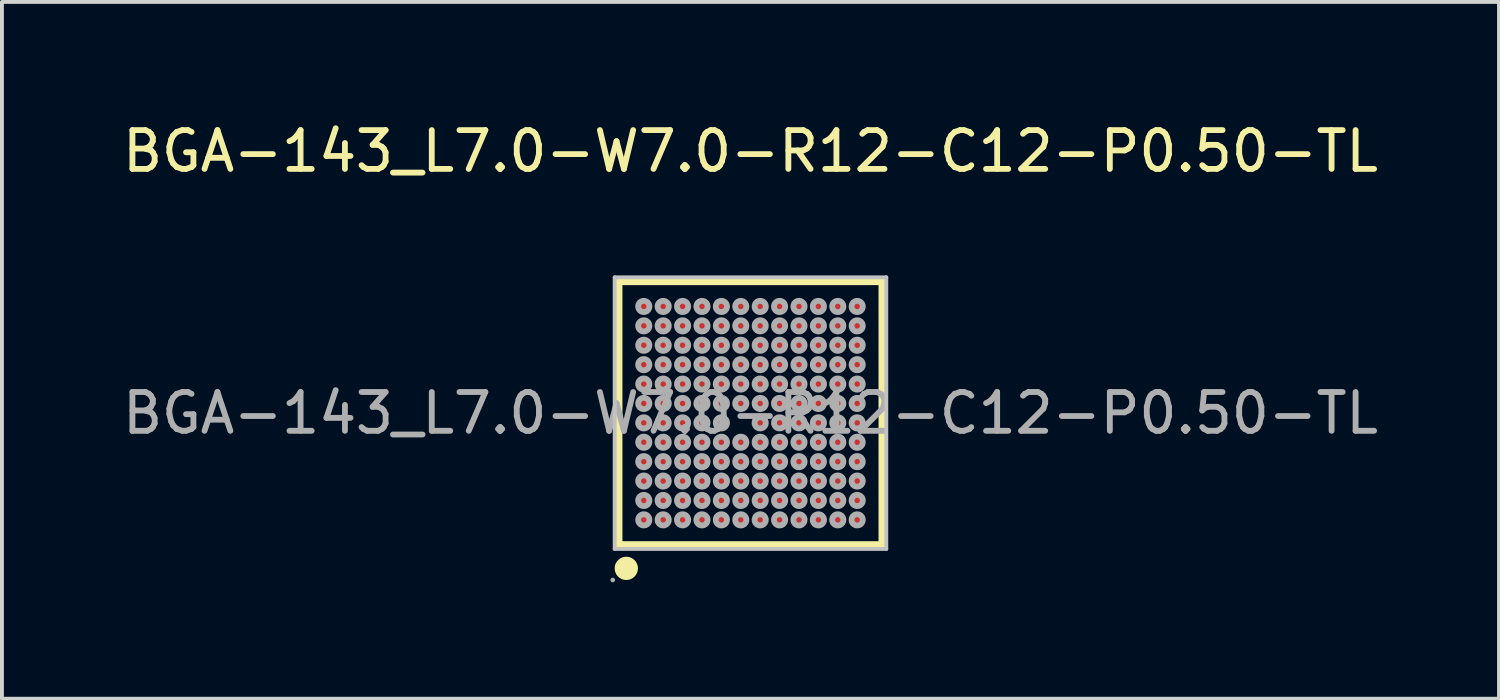
<source format=kicad_pcb>
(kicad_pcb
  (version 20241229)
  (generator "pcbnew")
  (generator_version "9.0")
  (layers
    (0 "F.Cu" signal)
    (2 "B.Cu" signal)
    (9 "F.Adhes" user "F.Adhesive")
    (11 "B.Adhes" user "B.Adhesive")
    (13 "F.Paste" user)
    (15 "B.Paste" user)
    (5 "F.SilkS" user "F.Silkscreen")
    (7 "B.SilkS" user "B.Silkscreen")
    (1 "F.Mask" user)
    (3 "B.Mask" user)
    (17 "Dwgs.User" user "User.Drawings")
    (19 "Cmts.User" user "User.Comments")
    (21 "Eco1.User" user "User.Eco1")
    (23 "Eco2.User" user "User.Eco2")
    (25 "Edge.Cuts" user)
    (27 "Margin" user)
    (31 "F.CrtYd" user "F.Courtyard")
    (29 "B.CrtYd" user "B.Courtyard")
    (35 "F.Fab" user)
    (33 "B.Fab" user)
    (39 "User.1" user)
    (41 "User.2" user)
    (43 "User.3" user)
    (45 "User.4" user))
  (footprint "BGA-143_L7.0-W7.0-R12-C12-P0.50-TL"
    (layer "F.Cu")
    (at 16.292 7.598)
    (property "Reference" "BGA-143_L7.0-W7.0-R12-C12-P0.50-TL" (at 0 -6.75 0) (layer "F.SilkS") (effects (font (size 1 1) (thickness 0.15))))
    (attr through_hole)
    (fp_line (start -3.4 -3.4) (end -3.4 3.4) (stroke (width 0.2) (type solid)) (layer "F.SilkS"))
    (fp_line (start -3.4 3.4) (end 3.4 3.4) (stroke (width 0.2) (type solid)) (layer "F.SilkS"))
    (fp_line (start 3.4 -3.4) (end -3.4 -3.4) (stroke (width 0.2) (type solid)) (layer "F.SilkS"))
    (fp_line (start 3.4 3.4) (end 3.4 -3.4) (stroke (width 0.2) (type solid)) (layer "F.SilkS"))
    (fp_arc (start -3.21 4.15) (mid -3.195005 3.84975) (end -3.199984 4.150333) (stroke (width 0.3) (type solid)) (layer "F.SilkS"))
    (fp_line (start -3.5 -3.5) (end 3.5 -3.5) (stroke (width 0.1) (type solid)) (layer "Dwgs.User"))
    (fp_line (start -3.5 3.5) (end -3.5 -3.5) (stroke (width 0.1) (type solid)) (layer "Dwgs.User"))
    (fp_line (start 3.5 -3.5) (end 3.5 3.5) (stroke (width 0.1) (type solid)) (layer "Dwgs.User"))
    (fp_line (start 3.5 3.5) (end -3.5 3.5) (stroke (width 0.1) (type solid)) (layer "Dwgs.User"))
    (fp_circle (center -3.55 4.3) (end -3.52 4.3) (stroke (width 0.06) (type solid)) (fill no) (layer "F.Fab"))
    (fp_circle (center -2.75 -2.75) (end -2.68 -2.75) (stroke (width 0.15) (type solid)) (fill no) (layer "F.Fab"))
    (fp_circle (center -2.75 -2.25) (end -2.68 -2.25) (stroke (width 0.15) (type solid)) (fill no) (layer "F.Fab"))
    (fp_circle (center -2.75 -1.75) (end -2.68 -1.75) (stroke (width 0.15) (type solid)) (fill no) (layer "F.Fab"))
    (fp_circle (center -2.75 -1.25) (end -2.68 -1.25) (stroke (width 0.15) (type solid)) (fill no) (layer "F.Fab"))
    (fp_circle (center -2.75 -0.75) (end -2.68 -0.75) (stroke (width 0.15) (type solid)) (fill no) (layer "F.Fab"))
    (fp_circle (center -2.75 -0.25) (end -2.68 -0.25) (stroke (width 0.15) (type solid)) (fill no) (layer "F.Fab"))
    (fp_circle (center -2.75 0.25) (end -2.68 0.25) (stroke (width 0.15) (type solid)) (fill no) (layer "F.Fab"))
    (fp_circle (center -2.75 0.75) (end -2.68 0.75) (stroke (width 0.15) (type solid)) (fill no) (layer "F.Fab"))
    (fp_circle (center -2.75 1.25) (end -2.68 1.25) (stroke (width 0.15) (type solid)) (fill no) (layer "F.Fab"))
    (fp_circle (center -2.75 1.75) (end -2.68 1.75) (stroke (width 0.15) (type solid)) (fill no) (layer "F.Fab"))
    (fp_circle (center -2.75 2.25) (end -2.68 2.25) (stroke (width 0.15) (type solid)) (fill no) (layer "F.Fab"))
    (fp_circle (center -2.75 2.75) (end -2.68 2.75) (stroke (width 0.15) (type solid)) (fill no) (layer "F.Fab"))
    (fp_circle (center -2.25 -2.75) (end -2.18 -2.75) (stroke (width 0.15) (type solid)) (fill no) (layer "F.Fab"))
    (fp_circle (center -2.25 -2.25) (end -2.18 -2.25) (stroke (width 0.15) (type solid)) (fill no) (layer "F.Fab"))
    (fp_circle (center -2.25 -1.75) (end -2.18 -1.75) (stroke (width 0.15) (type solid)) (fill no) (layer "F.Fab"))
    (fp_circle (center -2.25 -1.25) (end -2.18 -1.25) (stroke (width 0.15) (type solid)) (fill no) (layer "F.Fab"))
    (fp_circle (center -2.25 -0.75) (end -2.18 -0.75) (stroke (width 0.15) (type solid)) (fill no) (layer "F.Fab"))
    (fp_circle (center -2.25 -0.25) (end -2.18 -0.25) (stroke (width 0.15) (type solid)) (fill no) (layer "F.Fab"))
    (fp_circle (center -2.25 0.25) (end -2.18 0.25) (stroke (width 0.15) (type solid)) (fill no) (layer "F.Fab"))
    (fp_circle (center -2.25 0.75) (end -2.18 0.75) (stroke (width 0.15) (type solid)) (fill no) (layer "F.Fab"))
    (fp_circle (center -2.25 1.25) (end -2.18 1.25) (stroke (width 0.15) (type solid)) (fill no) (layer "F.Fab"))
    (fp_circle (center -2.25 1.75) (end -2.18 1.75) (stroke (width 0.15) (type solid)) (fill no) (layer "F.Fab"))
    (fp_circle (center -2.25 2.25) (end -2.18 2.25) (stroke (width 0.15) (type solid)) (fill no) (layer "F.Fab"))
    (fp_circle (center -2.25 2.75) (end -2.18 2.75) (stroke (width 0.15) (type solid)) (fill no) (layer "F.Fab"))
    (fp_circle (center -1.75 -2.75) (end -1.68 -2.75) (stroke (width 0.15) (type solid)) (fill no) (layer "F.Fab"))
    (fp_circle (center -1.75 -2.25) (end -1.68 -2.25) (stroke (width 0.15) (type solid)) (fill no) (layer "F.Fab"))
    (fp_circle (center -1.75 -1.75) (end -1.68 -1.75) (stroke (width 0.15) (type solid)) (fill no) (layer "F.Fab"))
    (fp_circle (center -1.75 -1.25) (end -1.68 -1.25) (stroke (width 0.15) (type solid)) (fill no) (layer "F.Fab"))
    (fp_circle (center -1.75 -0.75) (end -1.68 -0.75) (stroke (width 0.15) (type solid)) (fill no) (layer "F.Fab"))
    (fp_circle (center -1.75 -0.25) (end -1.68 -0.25) (stroke (width 0.15) (type solid)) (fill no) (layer "F.Fab"))
    (fp_circle (center -1.75 0.25) (end -1.68 0.25) (stroke (width 0.15) (type solid)) (fill no) (layer "F.Fab"))
    (fp_circle (center -1.75 0.75) (end -1.68 0.75) (stroke (width 0.15) (type solid)) (fill no) (layer "F.Fab"))
    (fp_circle (center -1.75 1.25) (end -1.68 1.25) (stroke (width 0.15) (type solid)) (fill no) (layer "F.Fab"))
    (fp_circle (center -1.75 1.75) (end -1.68 1.75) (stroke (width 0.15) (type solid)) (fill no) (layer "F.Fab"))
    (fp_circle (center -1.75 2.25) (end -1.68 2.25) (stroke (width 0.15) (type solid)) (fill no) (layer "F.Fab"))
    (fp_circle (center -1.75 2.75) (end -1.68 2.75) (stroke (width 0.15) (type solid)) (fill no) (layer "F.Fab"))
    (fp_circle (center -1.25 -2.75) (end -1.18 -2.75) (stroke (width 0.15) (type solid)) (fill no) (layer "F.Fab"))
    (fp_circle (center -1.25 -2.25) (end -1.18 -2.25) (stroke (width 0.15) (type solid)) (fill no) (layer "F.Fab"))
    (fp_circle (center -1.25 -1.75) (end -1.18 -1.75) (stroke (width 0.15) (type solid)) (fill no) (layer "F.Fab"))
    (fp_circle (center -1.25 -1.25) (end -1.18 -1.25) (stroke (width 0.15) (type solid)) (fill no) (layer "F.Fab"))
    (fp_circle (center -1.25 -0.75) (end -1.18 -0.75) (stroke (width 0.15) (type solid)) (fill no) (layer "F.Fab"))
    (fp_circle (center -1.25 -0.25) (end -1.18 -0.25) (stroke (width 0.15) (type solid)) (fill no) (layer "F.Fab"))
    (fp_circle (center -1.25 0.25) (end -1.18 0.25) (stroke (width 0.15) (type solid)) (fill no) (layer "F.Fab"))
    (fp_circle (center -1.25 0.75) (end -1.18 0.75) (stroke (width 0.15) (type solid)) (fill no) (layer "F.Fab"))
    (fp_circle (center -1.25 1.25) (end -1.18 1.25) (stroke (width 0.15) (type solid)) (fill no) (layer "F.Fab"))
    (fp_circle (center -1.25 1.75) (end -1.18 1.75) (stroke (width 0.15) (type solid)) (fill no) (layer "F.Fab"))
    (fp_circle (center -1.25 2.25) (end -1.18 2.25) (stroke (width 0.15) (type solid)) (fill no) (layer "F.Fab"))
    (fp_circle (center -1.25 2.75) (end -1.18 2.75) (stroke (width 0.15) (type solid)) (fill no) (layer "F.Fab"))
    (fp_circle (center -0.75 -2.75) (end -0.68 -2.75) (stroke (width 0.15) (type solid)) (fill no) (layer "F.Fab"))
    (fp_circle (center -0.75 -2.25) (end -0.68 -2.25) (stroke (width 0.15) (type solid)) (fill no) (layer "F.Fab"))
    (fp_circle (center -0.75 -1.75) (end -0.68 -1.75) (stroke (width 0.15) (type solid)) (fill no) (layer "F.Fab"))
    (fp_circle (center -0.75 -1.25) (end -0.68 -1.25) (stroke (width 0.15) (type solid)) (fill no) (layer "F.Fab"))
    (fp_circle (center -0.75 -0.75) (end -0.68 -0.75) (stroke (width 0.15) (type solid)) (fill no) (layer "F.Fab"))
    (fp_circle (center -0.75 -0.25) (end -0.68 -0.25) (stroke (width 0.15) (type solid)) (fill no) (layer "F.Fab"))
    (fp_circle (center -0.75 0.25) (end -0.68 0.25) (stroke (width 0.15) (type solid)) (fill no) (layer "F.Fab"))
    (fp_circle (center -0.75 0.75) (end -0.68 0.75) (stroke (width 0.15) (type solid)) (fill no) (layer "F.Fab"))
    (fp_circle (center -0.75 1.25) (end -0.68 1.25) (stroke (width 0.15) (type solid)) (fill no) (layer "F.Fab"))
    (fp_circle (center -0.75 1.75) (end -0.68 1.75) (stroke (width 0.15) (type solid)) (fill no) (layer "F.Fab"))
    (fp_circle (center -0.75 2.25) (end -0.68 2.25) (stroke (width 0.15) (type solid)) (fill no) (layer "F.Fab"))
    (fp_circle (center -0.75 2.75) (end -0.68 2.75) (stroke (width 0.15) (type solid)) (fill no) (layer "F.Fab"))
    (fp_circle (center -0.25 -2.75) (end -0.18 -2.75) (stroke (width 0.15) (type solid)) (fill no) (layer "F.Fab"))
    (fp_circle (center -0.25 -2.25) (end -0.18 -2.25) (stroke (width 0.15) (type solid)) (fill no) (layer "F.Fab"))
    (fp_circle (center -0.25 -1.75) (end -0.18 -1.75) (stroke (width 0.15) (type solid)) (fill no) (layer "F.Fab"))
    (fp_circle (center -0.25 -1.25) (end -0.18 -1.25) (stroke (width 0.15) (type solid)) (fill no) (layer "F.Fab"))
    (fp_circle (center -0.25 -0.75) (end -0.18 -0.75) (stroke (width 0.15) (type solid)) (fill no) (layer "F.Fab"))
    (fp_circle (center -0.25 -0.25) (end -0.18 -0.25) (stroke (width 0.15) (type solid)) (fill no) (layer "F.Fab"))
    (fp_circle (center -0.25 0.75) (end -0.18 0.75) (stroke (width 0.15) (type solid)) (fill no) (layer "F.Fab"))
    (fp_circle (center -0.25 1.25) (end -0.18 1.25) (stroke (width 0.15) (type solid)) (fill no) (layer "F.Fab"))
    (fp_circle (center -0.25 1.75) (end -0.18 1.75) (stroke (width 0.15) (type solid)) (fill no) (layer "F.Fab"))
    (fp_circle (center -0.25 2.25) (end -0.18 2.25) (stroke (width 0.15) (type solid)) (fill no) (layer "F.Fab"))
    (fp_circle (center -0.25 2.75) (end -0.18 2.75) (stroke (width 0.15) (type solid)) (fill no) (layer "F.Fab"))
    (fp_circle (center 0.25 -2.75) (end 0.32 -2.75) (stroke (width 0.15) (type solid)) (fill no) (layer "F.Fab"))
    (fp_circle (center 0.25 -2.25) (end 0.32 -2.25) (stroke (width 0.15) (type solid)) (fill no) (layer "F.Fab"))
    (fp_circle (center 0.25 -1.75) (end 0.32 -1.75) (stroke (width 0.15) (type solid)) (fill no) (layer "F.Fab"))
    (fp_circle (center 0.25 -1.25) (end 0.32 -1.25) (stroke (width 0.15) (type solid)) (fill no) (layer "F.Fab"))
    (fp_circle (center 0.25 -0.75) (end 0.32 -0.75) (stroke (width 0.15) (type solid)) (fill no) (layer "F.Fab"))
    (fp_circle (center 0.25 -0.25) (end 0.32 -0.25) (stroke (width 0.15) (type solid)) (fill no) (layer "F.Fab"))
    (fp_circle (center 0.25 0.25) (end 0.32 0.25) (stroke (width 0.15) (type solid)) (fill no) (layer "F.Fab"))
    (fp_circle (center 0.25 0.75) (end 0.32 0.75) (stroke (width 0.15) (type solid)) (fill no) (layer "F.Fab"))
    (fp_circle (center 0.25 1.25) (end 0.32 1.25) (stroke (width 0.15) (type solid)) (fill no) (layer "F.Fab"))
    (fp_circle (center 0.25 1.75) (end 0.32 1.75) (stroke (width 0.15) (type solid)) (fill no) (layer "F.Fab"))
    (fp_circle (center 0.25 2.25) (end 0.32 2.25) (stroke (width 0.15) (type solid)) (fill no) (layer "F.Fab"))
    (fp_circle (center 0.25 2.75) (end 0.32 2.75) (stroke (width 0.15) (type solid)) (fill no) (layer "F.Fab"))
    (fp_circle (center 0.75 -2.75) (end 0.82 -2.75) (stroke (width 0.15) (type solid)) (fill no) (layer "F.Fab"))
    (fp_circle (center 0.75 -2.25) (end 0.82 -2.25) (stroke (width 0.15) (type solid)) (fill no) (layer "F.Fab"))
    (fp_circle (center 0.75 -1.75) (end 0.82 -1.75) (stroke (width 0.15) (type solid)) (fill no) (layer "F.Fab"))
    (fp_circle (center 0.75 -1.25) (end 0.82 -1.25) (stroke (width 0.15) (type solid)) (fill no) (layer "F.Fab"))
    (fp_circle (center 0.75 -0.75) (end 0.82 -0.75) (stroke (width 0.15) (type solid)) (fill no) (layer "F.Fab"))
    (fp_circle (center 0.75 -0.25) (end 0.82 -0.25) (stroke (width 0.15) (type solid)) (fill no) (layer "F.Fab"))
    (fp_circle (center 0.75 0.25) (end 0.82 0.25) (stroke (width 0.15) (type solid)) (fill no) (layer "F.Fab"))
    (fp_circle (center 0.75 0.75) (end 0.82 0.75) (stroke (width 0.15) (type solid)) (fill no) (layer "F.Fab"))
    (fp_circle (center 0.75 1.25) (end 0.82 1.25) (stroke (width 0.15) (type solid)) (fill no) (layer "F.Fab"))
    (fp_circle (center 0.75 1.75) (end 0.82 1.75) (stroke (width 0.15) (type solid)) (fill no) (layer "F.Fab"))
    (fp_circle (center 0.75 2.25) (end 0.82 2.25) (stroke (width 0.15) (type solid)) (fill no) (layer "F.Fab"))
    (fp_circle (center 0.75 2.75) (end 0.82 2.75) (stroke (width 0.15) (type solid)) (fill no) (layer "F.Fab"))
    (fp_circle (center 1.25 -2.75) (end 1.32 -2.75) (stroke (width 0.15) (type solid)) (fill no) (layer "F.Fab"))
    (fp_circle (center 1.25 -2.25) (end 1.32 -2.25) (stroke (width 0.15) (type solid)) (fill no) (layer "F.Fab"))
    (fp_circle (center 1.25 -1.75) (end 1.32 -1.75) (stroke (width 0.15) (type solid)) (fill no) (layer "F.Fab"))
    (fp_circle (center 1.25 -1.25) (end 1.32 -1.25) (stroke (width 0.15) (type solid)) (fill no) (layer "F.Fab"))
    (fp_circle (center 1.25 -0.75) (end 1.32 -0.75) (stroke (width 0.15) (type solid)) (fill no) (layer "F.Fab"))
    (fp_circle (center 1.25 -0.25) (end 1.32 -0.25) (stroke (width 0.15) (type solid)) (fill no) (layer "F.Fab"))
    (fp_circle (center 1.25 0.25) (end 1.32 0.25) (stroke (width 0.15) (type solid)) (fill no) (layer "F.Fab"))
    (fp_circle (center 1.25 0.75) (end 1.32 0.75) (stroke (width 0.15) (type solid)) (fill no) (layer "F.Fab"))
    (fp_circle (center 1.25 1.25) (end 1.32 1.25) (stroke (width 0.15) (type solid)) (fill no) (layer "F.Fab"))
    (fp_circle (center 1.25 1.75) (end 1.32 1.75) (stroke (width 0.15) (type solid)) (fill no) (layer "F.Fab"))
    (fp_circle (center 1.25 2.25) (end 1.32 2.25) (stroke (width 0.15) (type solid)) (fill no) (layer "F.Fab"))
    (fp_circle (center 1.25 2.75) (end 1.32 2.75) (stroke (width 0.15) (type solid)) (fill no) (layer "F.Fab"))
    (fp_circle (center 1.75 -2.75) (end 1.82 -2.75) (stroke (width 0.15) (type solid)) (fill no) (layer "F.Fab"))
    (fp_circle (center 1.75 -2.25) (end 1.82 -2.25) (stroke (width 0.15) (type solid)) (fill no) (layer "F.Fab"))
    (fp_circle (center 1.75 -1.75) (end 1.82 -1.75) (stroke (width 0.15) (type solid)) (fill no) (layer "F.Fab"))
    (fp_circle (center 1.75 -1.25) (end 1.82 -1.25) (stroke (width 0.15) (type solid)) (fill no) (layer "F.Fab"))
    (fp_circle (center 1.75 -0.75) (end 1.82 -0.75) (stroke (width 0.15) (type solid)) (fill no) (layer "F.Fab"))
    (fp_circle (center 1.75 -0.25) (end 1.82 -0.25) (stroke (width 0.15) (type solid)) (fill no) (layer "F.Fab"))
    (fp_circle (center 1.75 0.25) (end 1.82 0.25) (stroke (width 0.15) (type solid)) (fill no) (layer "F.Fab"))
    (fp_circle (center 1.75 0.75) (end 1.82 0.75) (stroke (width 0.15) (type solid)) (fill no) (layer "F.Fab"))
    (fp_circle (center 1.75 1.25) (end 1.82 1.25) (stroke (width 0.15) (type solid)) (fill no) (layer "F.Fab"))
    (fp_circle (center 1.75 1.75) (end 1.82 1.75) (stroke (width 0.15) (type solid)) (fill no) (layer "F.Fab"))
    (fp_circle (center 1.75 2.25) (end 1.82 2.25) (stroke (width 0.15) (type solid)) (fill no) (layer "F.Fab"))
    (fp_circle (center 1.75 2.75) (end 1.82 2.75) (stroke (width 0.15) (type solid)) (fill no) (layer "F.Fab"))
    (fp_circle (center 2.25 -2.75) (end 2.32 -2.75) (stroke (width 0.15) (type solid)) (fill no) (layer "F.Fab"))
    (fp_circle (center 2.25 -2.25) (end 2.32 -2.25) (stroke (width 0.15) (type solid)) (fill no) (layer "F.Fab"))
    (fp_circle (center 2.25 -1.75) (end 2.32 -1.75) (stroke (width 0.15) (type solid)) (fill no) (layer "F.Fab"))
    (fp_circle (center 2.25 -1.25) (end 2.32 -1.25) (stroke (width 0.15) (type solid)) (fill no) (layer "F.Fab"))
    (fp_circle (center 2.25 -0.75) (end 2.32 -0.75) (stroke (width 0.15) (type solid)) (fill no) (layer "F.Fab"))
    (fp_circle (center 2.25 -0.25) (end 2.32 -0.25) (stroke (width 0.15) (type solid)) (fill no) (layer "F.Fab"))
    (fp_circle (center 2.25 0.25) (end 2.32 0.25) (stroke (width 0.15) (type solid)) (fill no) (layer "F.Fab"))
    (fp_circle (center 2.25 0.75) (end 2.32 0.75) (stroke (width 0.15) (type solid)) (fill no) (layer "F.Fab"))
    (fp_circle (center 2.25 1.25) (end 2.32 1.25) (stroke (width 0.15) (type solid)) (fill no) (layer "F.Fab"))
    (fp_circle (center 2.25 1.75) (end 2.32 1.75) (stroke (width 0.15) (type solid)) (fill no) (layer "F.Fab"))
    (fp_circle (center 2.25 2.25) (end 2.32 2.25) (stroke (width 0.15) (type solid)) (fill no) (layer "F.Fab"))
    (fp_circle (center 2.25 2.75) (end 2.32 2.75) (stroke (width 0.15) (type solid)) (fill no) (layer "F.Fab"))
    (fp_circle (center 2.75 -2.75) (end 2.82 -2.75) (stroke (width 0.15) (type solid)) (fill no) (layer "F.Fab"))
    (fp_circle (center 2.75 -2.25) (end 2.82 -2.25) (stroke (width 0.15) (type solid)) (fill no) (layer "F.Fab"))
    (fp_circle (center 2.75 -1.75) (end 2.82 -1.75) (stroke (width 0.15) (type solid)) (fill no) (layer "F.Fab"))
    (fp_circle (center 2.75 -1.25) (end 2.82 -1.25) (stroke (width 0.15) (type solid)) (fill no) (layer "F.Fab"))
    (fp_circle (center 2.75 -0.75) (end 2.82 -0.75) (stroke (width 0.15) (type solid)) (fill no) (layer "F.Fab"))
    (fp_circle (center 2.75 -0.25) (end 2.82 -0.25) (stroke (width 0.15) (type solid)) (fill no) (layer "F.Fab"))
    (fp_circle (center 2.75 0.25) (end 2.82 0.25) (stroke (width 0.15) (type solid)) (fill no) (layer "F.Fab"))
    (fp_circle (center 2.75 0.75) (end 2.82 0.75) (stroke (width 0.15) (type solid)) (fill no) (layer "F.Fab"))
    (fp_circle (center 2.75 1.25) (end 2.82 1.25) (stroke (width 0.15) (type solid)) (fill no) (layer "F.Fab"))
    (fp_circle (center 2.75 1.75) (end 2.82 1.75) (stroke (width 0.15) (type solid)) (fill no) (layer "F.Fab"))
    (fp_circle (center 2.75 2.25) (end 2.82 2.25) (stroke (width 0.15) (type solid)) (fill no) (layer "F.Fab"))
    (fp_circle (center 2.75 2.75) (end 2.82 2.75) (stroke (width 0.15) (type solid)) (fill no) (layer "F.Fab"))
    (fp_text user "${REFERENCE}" (at 0 0 0) (layer "F.Fab") (effects (font (size 1 1) (thickness 0.15))))
    (pad "A1" smd circle (at -2.75 2.75 90) (size 0.3 0.3) (layers "F.Cu" "F.Mask" "F.Paste"))
    (pad "A2" smd circle (at -2.75 2.25 90) (size 0.3 0.3) (layers "F.Cu" "F.Mask" "F.Paste"))
    (pad "A3" smd circle (at -2.75 1.75 90) (size 0.3 0.3) (layers "F.Cu" "F.Mask" "F.Paste"))
    (pad "A4" smd circle (at -2.75 1.25 90) (size 0.3 0.3) (layers "F.Cu" "F.Mask" "F.Paste"))
    (pad "A5" smd circle (at -2.75 0.75 90) (size 0.3 0.3) (layers "F.Cu" "F.Mask" "F.Paste"))
    (pad "A6" smd circle (at -2.75 0.25 90) (size 0.3 0.3) (layers "F.Cu" "F.Mask" "F.Paste"))
    (pad "A7" smd circle (at -2.75 -0.25 90) (size 0.3 0.3) (layers "F.Cu" "F.Mask" "F.Paste"))
    (pad "A8" smd circle (at -2.75 -0.75 90) (size 0.3 0.3) (layers "F.Cu" "F.Mask" "F.Paste"))
    (pad "A9" smd circle (at -2.75 -1.25 90) (size 0.3 0.3) (layers "F.Cu" "F.Mask" "F.Paste"))
    (pad "A10" smd circle (at -2.75 -1.75 90) (size 0.3 0.3) (layers "F.Cu" "F.Mask" "F.Paste"))
    (pad "A11" smd circle (at -2.75 -2.25 90) (size 0.3 0.3) (layers "F.Cu" "F.Mask" "F.Paste"))
    (pad "A12" smd circle (at -2.75 -2.75 90) (size 0.3 0.3) (layers "F.Cu" "F.Mask" "F.Paste"))
    (pad "B1" smd circle (at -2.25 2.75 90) (size 0.3 0.3) (layers "F.Cu" "F.Mask" "F.Paste"))
    (pad "B2" smd circle (at -2.25 2.25 90) (size 0.3 0.3) (layers "F.Cu" "F.Mask" "F.Paste"))
    (pad "B3" smd circle (at -2.25 1.75 90) (size 0.3 0.3) (layers "F.Cu" "F.Mask" "F.Paste"))
    (pad "B4" smd circle (at -2.25 1.25 90) (size 0.3 0.3) (layers "F.Cu" "F.Mask" "F.Paste"))
    (pad "B5" smd circle (at -2.25 0.75 90) (size 0.3 0.3) (layers "F.Cu" "F.Mask" "F.Paste"))
    (pad "B6" smd circle (at -2.25 0.25 90) (size 0.3 0.3) (layers "F.Cu" "F.Mask" "F.Paste"))
    (pad "B7" smd circle (at -2.25 -0.25 90) (size 0.3 0.3) (layers "F.Cu" "F.Mask" "F.Paste"))
    (pad "B8" smd circle (at -2.25 -0.75 90) (size 0.3 0.3) (layers "F.Cu" "F.Mask" "F.Paste"))
    (pad "B9" smd circle (at -2.25 -1.25 90) (size 0.3 0.3) (layers "F.Cu" "F.Mask" "F.Paste"))
    (pad "B10" smd circle (at -2.25 -1.75 90) (size 0.3 0.3) (layers "F.Cu" "F.Mask" "F.Paste"))
    (pad "B11" smd circle (at -2.25 -2.25 90) (size 0.3 0.3) (layers "F.Cu" "F.Mask" "F.Paste"))
    (pad "B12" smd circle (at -2.25 -2.75 90) (size 0.3 0.3) (layers "F.Cu" "F.Mask" "F.Paste"))
    (pad "C1" smd circle (at -1.75 2.75 90) (size 0.3 0.3) (layers "F.Cu" "F.Mask" "F.Paste"))
    (pad "C2" smd circle (at -1.75 2.25 90) (size 0.3 0.3) (layers "F.Cu" "F.Mask" "F.Paste"))
    (pad "C3" smd circle (at -1.75 1.75 90) (size 0.3 0.3) (layers "F.Cu" "F.Mask" "F.Paste"))
    (pad "C4" smd circle (at -1.75 1.25 90) (size 0.3 0.3) (layers "F.Cu" "F.Mask" "F.Paste"))
    (pad "C5" smd circle (at -1.75 0.75 90) (size 0.3 0.3) (layers "F.Cu" "F.Mask" "F.Paste"))
    (pad "C6" smd circle (at -1.75 0.25 90) (size 0.3 0.3) (layers "F.Cu" "F.Mask" "F.Paste"))
    (pad "C7" smd circle (at -1.75 -0.25 90) (size 0.3 0.3) (layers "F.Cu" "F.Mask" "F.Paste"))
    (pad "C8" smd circle (at -1.75 -0.75 90) (size 0.3 0.3) (layers "F.Cu" "F.Mask" "F.Paste"))
    (pad "C9" smd circle (at -1.75 -1.25 90) (size 0.3 0.3) (layers "F.Cu" "F.Mask" "F.Paste"))
    (pad "C10" smd circle (at -1.75 -1.75 90) (size 0.3 0.3) (layers "F.Cu" "F.Mask" "F.Paste"))
    (pad "C11" smd circle (at -1.75 -2.25 90) (size 0.3 0.3) (layers "F.Cu" "F.Mask" "F.Paste"))
    (pad "C12" smd circle (at -1.75 -2.75 90) (size 0.3 0.3) (layers "F.Cu" "F.Mask" "F.Paste"))
    (pad "D1" smd circle (at -1.25 2.75 90) (size 0.3 0.3) (layers "F.Cu" "F.Mask" "F.Paste"))
    (pad "D2" smd circle (at -1.25 2.25 90) (size 0.3 0.3) (layers "F.Cu" "F.Mask" "F.Paste"))
    (pad "D3" smd circle (at -1.25 1.75 90) (size 0.3 0.3) (layers "F.Cu" "F.Mask" "F.Paste"))
    (pad "D4" smd circle (at -1.25 1.25 90) (size 0.3 0.3) (layers "F.Cu" "F.Mask" "F.Paste"))
    (pad "D5" smd circle (at -1.25 0.75 90) (size 0.3 0.3) (layers "F.Cu" "F.Mask" "F.Paste"))
    (pad "D6" smd circle (at -1.25 0.25 90) (size 0.3 0.3) (layers "F.Cu" "F.Mask" "F.Paste"))
    (pad "D7" smd circle (at -1.25 -0.25 90) (size 0.3 0.3) (layers "F.Cu" "F.Mask" "F.Paste"))
    (pad "D8" smd circle (at -1.25 -0.75 90) (size 0.3 0.3) (layers "F.Cu" "F.Mask" "F.Paste"))
    (pad "D9" smd circle (at -1.25 -1.25 90) (size 0.3 0.3) (layers "F.Cu" "F.Mask" "F.Paste"))
    (pad "D10" smd circle (at -1.25 -1.75 90) (size 0.3 0.3) (layers "F.Cu" "F.Mask" "F.Paste"))
    (pad "D11" smd circle (at -1.25 -2.25 90) (size 0.3 0.3) (layers "F.Cu" "F.Mask" "F.Paste"))
    (pad "D12" smd circle (at -1.25 -2.75 90) (size 0.3 0.3) (layers "F.Cu" "F.Mask" "F.Paste"))
    (pad "E1" smd circle (at -0.75 2.75 90) (size 0.3 0.3) (layers "F.Cu" "F.Mask" "F.Paste"))
    (pad "E2" smd circle (at -0.75 2.25 90) (size 0.3 0.3) (layers "F.Cu" "F.Mask" "F.Paste"))
    (pad "E3" smd circle (at -0.75 1.75 90) (size 0.3 0.3) (layers "F.Cu" "F.Mask" "F.Paste"))
    (pad "E4" smd circle (at -0.75 1.25 90) (size 0.3 0.3) (layers "F.Cu" "F.Mask" "F.Paste"))
    (pad "E5" smd circle (at -0.75 0.75 90) (size 0.3 0.3) (layers "F.Cu" "F.Mask" "F.Paste"))
    (pad "E6" smd circle (at -0.75 0.25 90) (size 0.3 0.3) (layers "F.Cu" "F.Mask" "F.Paste"))
    (pad "E7" smd circle (at -0.75 -0.25 90) (size 0.3 0.3) (layers "F.Cu" "F.Mask" "F.Paste"))
    (pad "E8" smd circle (at -0.75 -0.75 90) (size 0.3 0.3) (layers "F.Cu" "F.Mask" "F.Paste"))
    (pad "E9" smd circle (at -0.75 -1.25 90) (size 0.3 0.3) (layers "F.Cu" "F.Mask" "F.Paste"))
    (pad "E10" smd circle (at -0.75 -1.75 90) (size 0.3 0.3) (layers "F.Cu" "F.Mask" "F.Paste"))
    (pad "E11" smd circle (at -0.75 -2.25 90) (size 0.3 0.3) (layers "F.Cu" "F.Mask" "F.Paste"))
    (pad "E12" smd circle (at -0.75 -2.75 90) (size 0.3 0.3) (layers "F.Cu" "F.Mask" "F.Paste"))
    (pad "F1" smd circle (at -0.25 2.75 90) (size 0.3 0.3) (layers "F.Cu" "F.Mask" "F.Paste"))
    (pad "F2" smd circle (at -0.25 2.25 90) (size 0.3 0.3) (layers "F.Cu" "F.Mask" "F.Paste"))
    (pad "F3" smd circle (at -0.25 1.75 90) (size 0.3 0.3) (layers "F.Cu" "F.Mask" "F.Paste"))
    (pad "F4" smd circle (at -0.25 1.25 90) (size 0.3 0.3) (layers "F.Cu" "F.Mask" "F.Paste"))
    (pad "F5" smd circle (at -0.25 0.75 90) (size 0.3 0.3) (layers "F.Cu" "F.Mask" "F.Paste"))
    (pad "F7" smd circle (at -0.25 -0.25 90) (size 0.3 0.3) (layers "F.Cu" "F.Mask" "F.Paste"))
    (pad "F8" smd circle (at -0.25 -0.75 90) (size 0.3 0.3) (layers "F.Cu" "F.Mask" "F.Paste"))
    (pad "F9" smd circle (at -0.25 -1.25 90) (size 0.3 0.3) (layers "F.Cu" "F.Mask" "F.Paste"))
    (pad "F10" smd circle (at -0.25 -1.75 90) (size 0.3 0.3) (layers "F.Cu" "F.Mask" "F.Paste"))
    (pad "F11" smd circle (at -0.25 -2.25 90) (size 0.3 0.3) (layers "F.Cu" "F.Mask" "F.Paste"))
    (pad "F12" smd circle (at -0.25 -2.75 90) (size 0.3 0.3) (layers "F.Cu" "F.Mask" "F.Paste"))
    (pad "G1" smd circle (at 0.25 2.75 90) (size 0.3 0.3) (layers "F.Cu" "F.Mask" "F.Paste"))
    (pad "G2" smd circle (at 0.25 2.25 90) (size 0.3 0.3) (layers "F.Cu" "F.Mask" "F.Paste"))
    (pad "G3" smd circle (at 0.25 1.75 90) (size 0.3 0.3) (layers "F.Cu" "F.Mask" "F.Paste"))
    (pad "G4" smd circle (at 0.25 1.25 90) (size 0.3 0.3) (layers "F.Cu" "F.Mask" "F.Paste"))
    (pad "G5" smd circle (at 0.25 0.75 90) (size 0.3 0.3) (layers "F.Cu" "F.Mask" "F.Paste"))
    (pad "G6" smd circle (at 0.25 0.25 90) (size 0.3 0.3) (layers "F.Cu" "F.Mask" "F.Paste"))
    (pad "G7" smd circle (at 0.25 -0.25 90) (size 0.3 0.3) (layers "F.Cu" "F.Mask" "F.Paste"))
    (pad "G8" smd circle (at 0.25 -0.75 90) (size 0.3 0.3) (layers "F.Cu" "F.Mask" "F.Paste"))
    (pad "G9" smd circle (at 0.25 -1.25 90) (size 0.3 0.3) (layers "F.Cu" "F.Mask" "F.Paste"))
    (pad "G10" smd circle (at 0.25 -1.75 90) (size 0.3 0.3) (layers "F.Cu" "F.Mask" "F.Paste"))
    (pad "G11" smd circle (at 0.25 -2.25 90) (size 0.3 0.3) (layers "F.Cu" "F.Mask" "F.Paste"))
    (pad "G12" smd circle (at 0.25 -2.75 90) (size 0.3 0.3) (layers "F.Cu" "F.Mask" "F.Paste"))
    (pad "H1" smd circle (at 0.75 2.75 90) (size 0.3 0.3) (layers "F.Cu" "F.Mask" "F.Paste"))
    (pad "H2" smd circle (at 0.75 2.25 90) (size 0.3 0.3) (layers "F.Cu" "F.Mask" "F.Paste"))
    (pad "H3" smd circle (at 0.75 1.75 90) (size 0.3 0.3) (layers "F.Cu" "F.Mask" "F.Paste"))
    (pad "H4" smd circle (at 0.75 1.25 90) (size 0.3 0.3) (layers "F.Cu" "F.Mask" "F.Paste"))
    (pad "H5" smd circle (at 0.75 0.75 90) (size 0.3 0.3) (layers "F.Cu" "F.Mask" "F.Paste"))
    (pad "H6" smd circle (at 0.75 0.25 90) (size 0.3 0.3) (layers "F.Cu" "F.Mask" "F.Paste"))
    (pad "H7" smd circle (at 0.75 -0.25 90) (size 0.3 0.3) (layers "F.Cu" "F.Mask" "F.Paste"))
    (pad "H8" smd circle (at 0.75 -0.75 90) (size 0.3 0.3) (layers "F.Cu" "F.Mask" "F.Paste"))
    (pad "H9" smd circle (at 0.75 -1.25 90) (size 0.3 0.3) (layers "F.Cu" "F.Mask" "F.Paste"))
    (pad "H10" smd circle (at 0.75 -1.75 90) (size 0.3 0.3) (layers "F.Cu" "F.Mask" "F.Paste"))
    (pad "H11" smd circle (at 0.75 -2.25 90) (size 0.3 0.3) (layers "F.Cu" "F.Mask" "F.Paste"))
    (pad "H12" smd circle (at 0.75 -2.75 90) (size 0.3 0.3) (layers "F.Cu" "F.Mask" "F.Paste"))
    (pad "J1" smd circle (at 1.25 2.75 90) (size 0.3 0.3) (layers "F.Cu" "F.Mask" "F.Paste"))
    (pad "J2" smd circle (at 1.25 2.25 90) (size 0.3 0.3) (layers "F.Cu" "F.Mask" "F.Paste"))
    (pad "J3" smd circle (at 1.25 1.75 90) (size 0.3 0.3) (layers "F.Cu" "F.Mask" "F.Paste"))
    (pad "J4" smd circle (at 1.25 1.25 90) (size 0.3 0.3) (layers "F.Cu" "F.Mask" "F.Paste"))
    (pad "J5" smd circle (at 1.25 0.75 90) (size 0.3 0.3) (layers "F.Cu" "F.Mask" "F.Paste"))
    (pad "J6" smd circle (at 1.25 0.25 90) (size 0.3 0.3) (layers "F.Cu" "F.Mask" "F.Paste"))
    (pad "J7" smd circle (at 1.25 -0.25 90) (size 0.3 0.3) (layers "F.Cu" "F.Mask" "F.Paste"))
    (pad "J8" smd circle (at 1.25 -0.75 90) (size 0.3 0.3) (layers "F.Cu" "F.Mask" "F.Paste"))
    (pad "J9" smd circle (at 1.25 -1.25 90) (size 0.3 0.3) (layers "F.Cu" "F.Mask" "F.Paste"))
    (pad "J10" smd circle (at 1.25 -1.75 90) (size 0.3 0.3) (layers "F.Cu" "F.Mask" "F.Paste"))
    (pad "J11" smd circle (at 1.25 -2.25 90) (size 0.3 0.3) (layers "F.Cu" "F.Mask" "F.Paste"))
    (pad "J12" smd circle (at 1.25 -2.75 90) (size 0.3 0.3) (layers "F.Cu" "F.Mask" "F.Paste"))
    (pad "K1" smd circle (at 1.75 2.75 90) (size 0.3 0.3) (layers "F.Cu" "F.Mask" "F.Paste"))
    (pad "K2" smd circle (at 1.75 2.25 90) (size 0.3 0.3) (layers "F.Cu" "F.Mask" "F.Paste"))
    (pad "K3" smd circle (at 1.75 1.75 90) (size 0.3 0.3) (layers "F.Cu" "F.Mask" "F.Paste"))
    (pad "K4" smd circle (at 1.75 1.25 90) (size 0.3 0.3) (layers "F.Cu" "F.Mask" "F.Paste"))
    (pad "K5" smd circle (at 1.75 0.75 90) (size 0.3 0.3) (layers "F.Cu" "F.Mask" "F.Paste"))
    (pad "K6" smd circle (at 1.75 0.25 90) (size 0.3 0.3) (layers "F.Cu" "F.Mask" "F.Paste"))
    (pad "K7" smd circle (at 1.75 -0.25 90) (size 0.3 0.3) (layers "F.Cu" "F.Mask" "F.Paste"))
    (pad "K8" smd circle (at 1.75 -0.75 90) (size 0.3 0.3) (layers "F.Cu" "F.Mask" "F.Paste"))
    (pad "K9" smd circle (at 1.75 -1.25 90) (size 0.3 0.3) (layers "F.Cu" "F.Mask" "F.Paste"))
    (pad "K10" smd circle (at 1.75 -1.75 90) (size 0.3 0.3) (layers "F.Cu" "F.Mask" "F.Paste"))
    (pad "K11" smd circle (at 1.75 -2.25 90) (size 0.3 0.3) (layers "F.Cu" "F.Mask" "F.Paste"))
    (pad "K12" smd circle (at 1.75 -2.75 90) (size 0.3 0.3) (layers "F.Cu" "F.Mask" "F.Paste"))
    (pad "L1" smd circle (at 2.25 2.75 90) (size 0.3 0.3) (layers "F.Cu" "F.Mask" "F.Paste"))
    (pad "L2" smd circle (at 2.25 2.25 90) (size 0.3 0.3) (layers "F.Cu" "F.Mask" "F.Paste"))
    (pad "L3" smd circle (at 2.25 1.75 90) (size 0.3 0.3) (layers "F.Cu" "F.Mask" "F.Paste"))
    (pad "L4" smd circle (at 2.25 1.25 90) (size 0.3 0.3) (layers "F.Cu" "F.Mask" "F.Paste"))
    (pad "L5" smd circle (at 2.25 0.75 90) (size 0.3 0.3) (layers "F.Cu" "F.Mask" "F.Paste"))
    (pad "L6" smd circle (at 2.25 0.25 90) (size 0.3 0.3) (layers "F.Cu" "F.Mask" "F.Paste"))
    (pad "L7" smd circle (at 2.25 -0.25 90) (size 0.3 0.3) (layers "F.Cu" "F.Mask" "F.Paste"))
    (pad "L8" smd circle (at 2.25 -0.75 90) (size 0.3 0.3) (layers "F.Cu" "F.Mask" "F.Paste"))
    (pad "L9" smd circle (at 2.25 -1.25 90) (size 0.3 0.3) (layers "F.Cu" "F.Mask" "F.Paste"))
    (pad "L10" smd circle (at 2.25 -1.75 90) (size 0.3 0.3) (layers "F.Cu" "F.Mask" "F.Paste"))
    (pad "L11" smd circle (at 2.25 -2.25 90) (size 0.3 0.3) (layers "F.Cu" "F.Mask" "F.Paste"))
    (pad "L12" smd circle (at 2.25 -2.75 90) (size 0.3 0.3) (layers "F.Cu" "F.Mask" "F.Paste"))
    (pad "M1" smd circle (at 2.75 2.75 90) (size 0.3 0.3) (layers "F.Cu" "F.Mask" "F.Paste"))
    (pad "M2" smd circle (at 2.75 2.25 90) (size 0.3 0.3) (layers "F.Cu" "F.Mask" "F.Paste"))
    (pad "M3" smd circle (at 2.75 1.75 90) (size 0.3 0.3) (layers "F.Cu" "F.Mask" "F.Paste"))
    (pad "M4" smd circle (at 2.75 1.25 90) (size 0.3 0.3) (layers "F.Cu" "F.Mask" "F.Paste"))
    (pad "M5" smd circle (at 2.75 0.75 90) (size 0.3 0.3) (layers "F.Cu" "F.Mask" "F.Paste"))
    (pad "M6" smd circle (at 2.75 0.25 90) (size 0.3 0.3) (layers "F.Cu" "F.Mask" "F.Paste"))
    (pad "M7" smd circle (at 2.75 -0.25 90) (size 0.3 0.3) (layers "F.Cu" "F.Mask" "F.Paste"))
    (pad "M8" smd circle (at 2.75 -0.75 90) (size 0.3 0.3) (layers "F.Cu" "F.Mask" "F.Paste"))
    (pad "M9" smd circle (at 2.75 -1.25 90) (size 0.3 0.3) (layers "F.Cu" "F.Mask" "F.Paste"))
    (pad "M10" smd circle (at 2.75 -1.75 90) (size 0.3 0.3) (layers "F.Cu" "F.Mask" "F.Paste"))
    (pad "M11" smd circle (at 2.75 -2.25 90) (size 0.3 0.3) (layers "F.Cu" "F.Mask" "F.Paste"))
    (pad "M12" smd circle (at 2.75 -2.75 90) (size 0.3 0.3) (layers "F.Cu" "F.Mask" "F.Paste")))
  (gr_rect
    (start -3 -3)
    (end 35.583 14.958)
    (stroke (width 0.1) (type default))
    (fill no)
    (layer "Edge.Cuts")))
</source>
